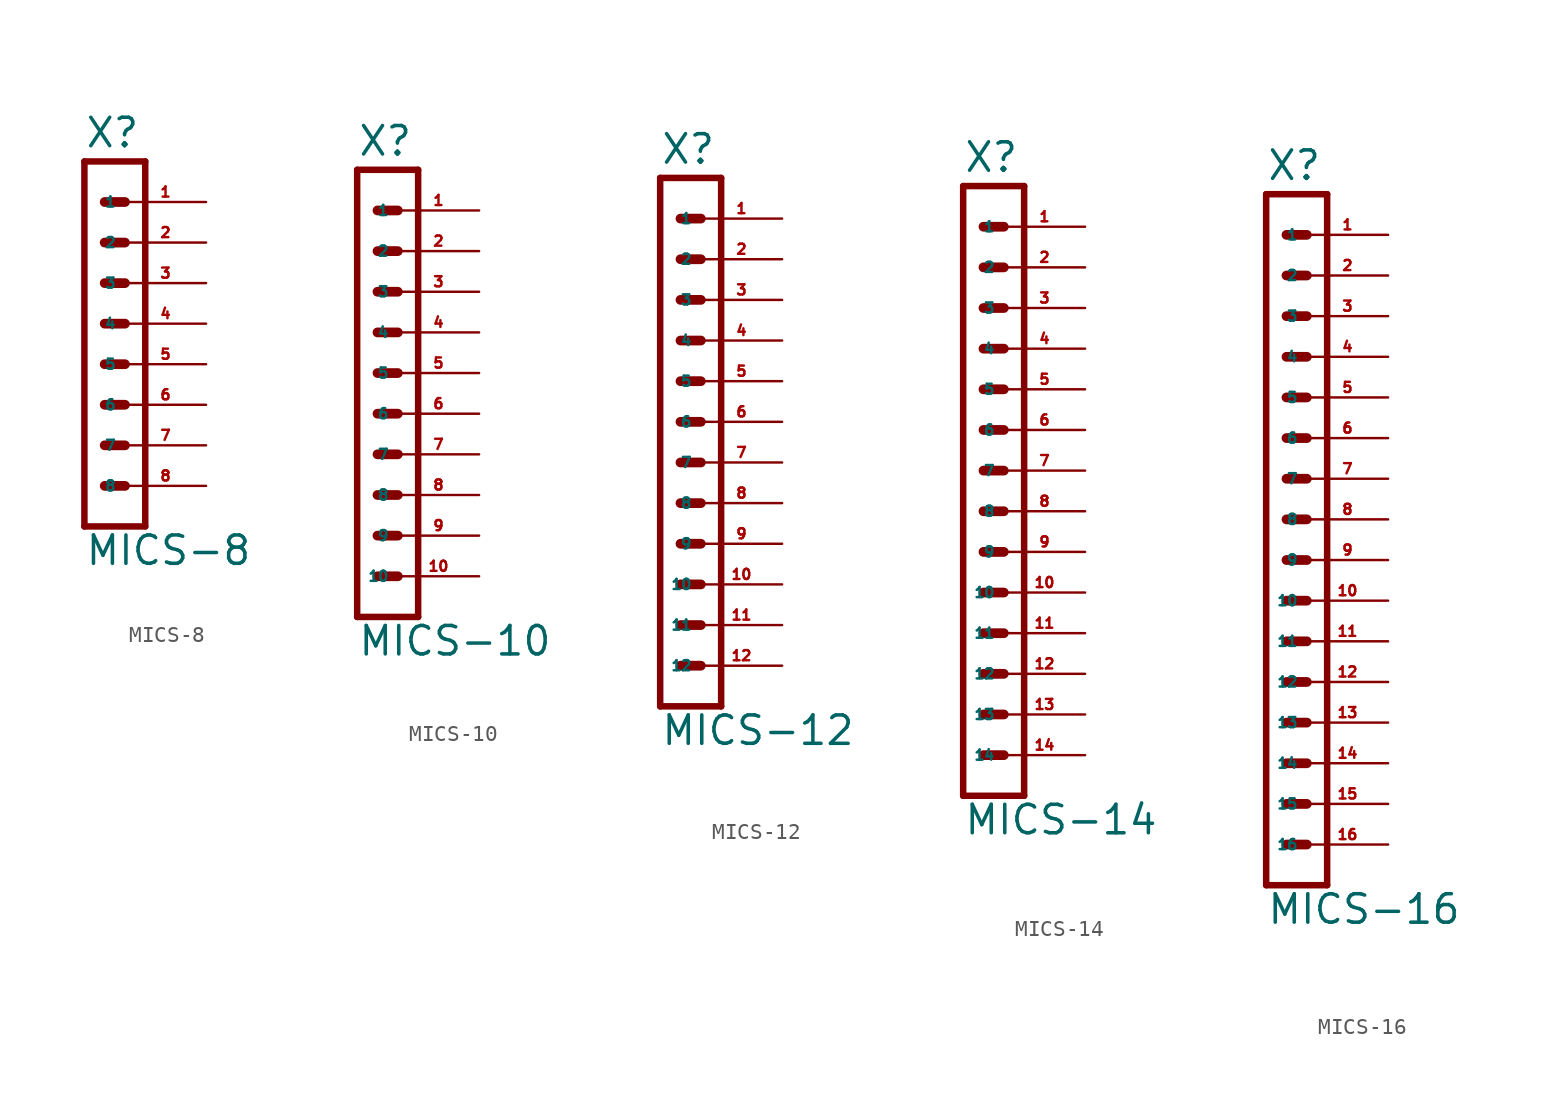
<source format=kicad_sym>
(kicad_symbol_lib
  (version 20220914)
  (generator Eagle2Kicad)
  (symbol "MICS-8"
    (property "Reference" "X"
      (at -2.54 10.922 0)
      (effects (font (size 1.778 1.778) (thickness 0.22)) (justify left bottom)))
    (property "Value" "MICS-8"
      (at -2.54 -15.24 0)
      (effects (font (size 1.778 1.778) (thickness 0.22)) (justify left bottom)))
    (polyline
      (pts (xy 1.27 -12.7) (xy -2.54 -12.7))
      (stroke (width 0.406) (type default))
      (fill (type none)))
    (polyline
      (pts (xy -1.27 5.08) (xy 0 5.08))
      (stroke (width 0.61) (type default))
      (fill (type none)))
    (polyline
      (pts (xy -1.27 2.54) (xy 0 2.54))
      (stroke (width 0.61) (type default))
      (fill (type none)))
    (polyline
      (pts (xy -1.27 0) (xy 0 0))
      (stroke (width 0.61) (type default))
      (fill (type none)))
    (polyline
      (pts (xy -2.54 10.16) (xy -2.54 -12.7))
      (stroke (width 0.406) (type default))
      (fill (type none)))
    (polyline
      (pts (xy 1.27 -12.7) (xy 1.27 10.16))
      (stroke (width 0.406) (type default))
      (fill (type none)))
    (polyline
      (pts (xy -2.54 10.16) (xy 1.27 10.16))
      (stroke (width 0.406) (type default))
      (fill (type none)))
    (polyline
      (pts (xy -1.27 7.62) (xy 0 7.62))
      (stroke (width 0.61) (type default))
      (fill (type none)))
    (polyline
      (pts (xy -1.27 -2.54) (xy 0 -2.54))
      (stroke (width 0.61) (type default))
      (fill (type none)))
    (polyline
      (pts (xy -1.27 -5.08) (xy 0 -5.08))
      (stroke (width 0.61) (type default))
      (fill (type none)))
    (polyline
      (pts (xy -1.27 -7.62) (xy 0 -7.62))
      (stroke (width 0.61) (type default))
      (fill (type none)))
    (polyline
      (pts (xy -1.27 -10.16) (xy 0 -10.16))
      (stroke (width 0.61) (type default))
      (fill (type none)))
    (pin passive line
      (at 5.08 7.62 180)
      (length 5.08)
      (name "1" (effects (font (size 0.635 0.635) (thickness 0.08)) (justify left bottom)))
      (number "1" (effects (font (size 0.635 0.635) (thickness 0.08)) (justify left bottom))))
    (pin passive line
      (at 5.08 5.08 180)
      (length 5.08)
      (name "2" (effects (font (size 0.635 0.635) (thickness 0.08)) (justify left bottom)))
      (number "2" (effects (font (size 0.635 0.635) (thickness 0.08)) (justify left bottom))))
    (pin passive line
      (at 5.08 2.54 180)
      (length 5.08)
      (name "3" (effects (font (size 0.635 0.635) (thickness 0.08)) (justify left bottom)))
      (number "3" (effects (font (size 0.635 0.635) (thickness 0.08)) (justify left bottom))))
    (pin passive line
      (at 5.08 0 180)
      (length 5.08)
      (name "4" (effects (font (size 0.635 0.635) (thickness 0.08)) (justify left bottom)))
      (number "4" (effects (font (size 0.635 0.635) (thickness 0.08)) (justify left bottom))))
    (pin passive line
      (at 5.08 -2.54 180)
      (length 5.08)
      (name "5" (effects (font (size 0.635 0.635) (thickness 0.08)) (justify left bottom)))
      (number "5" (effects (font (size 0.635 0.635) (thickness 0.08)) (justify left bottom))))
    (pin passive line
      (at 5.08 -5.08 180)
      (length 5.08)
      (name "6" (effects (font (size 0.635 0.635) (thickness 0.08)) (justify left bottom)))
      (number "6" (effects (font (size 0.635 0.635) (thickness 0.08)) (justify left bottom))))
    (pin passive line
      (at 5.08 -7.62 180)
      (length 5.08)
      (name "7" (effects (font (size 0.635 0.635) (thickness 0.08)) (justify left bottom)))
      (number "7" (effects (font (size 0.635 0.635) (thickness 0.08)) (justify left bottom))))
    (pin passive line
      (at 5.08 -10.16 180)
      (length 5.08)
      (name "8" (effects (font (size 0.635 0.635) (thickness 0.08)) (justify left bottom)))
      (number "8" (effects (font (size 0.635 0.635) (thickness 0.08)) (justify left bottom)))))
  (symbol "MICS-10"
    (property "Reference" "X"
      (at -2.54 13.462 0)
      (effects (font (size 1.778 1.778) (thickness 0.22)) (justify left bottom)))
    (property "Value" "MICS-10"
      (at -2.54 -17.78 0)
      (effects (font (size 1.778 1.778) (thickness 0.22)) (justify left bottom)))
    (polyline
      (pts (xy 1.27 -15.24) (xy -2.54 -15.24))
      (stroke (width 0.406) (type default))
      (fill (type none)))
    (polyline
      (pts (xy -1.27 7.62) (xy 0 7.62))
      (stroke (width 0.61) (type default))
      (fill (type none)))
    (polyline
      (pts (xy -1.27 5.08) (xy 0 5.08))
      (stroke (width 0.61) (type default))
      (fill (type none)))
    (polyline
      (pts (xy -1.27 2.54) (xy 0 2.54))
      (stroke (width 0.61) (type default))
      (fill (type none)))
    (polyline
      (pts (xy -2.54 12.7) (xy -2.54 -15.24))
      (stroke (width 0.406) (type default))
      (fill (type none)))
    (polyline
      (pts (xy 1.27 -15.24) (xy 1.27 12.7))
      (stroke (width 0.406) (type default))
      (fill (type none)))
    (polyline
      (pts (xy -2.54 12.7) (xy 1.27 12.7))
      (stroke (width 0.406) (type default))
      (fill (type none)))
    (polyline
      (pts (xy -1.27 10.16) (xy 0 10.16))
      (stroke (width 0.61) (type default))
      (fill (type none)))
    (polyline
      (pts (xy -1.27 0) (xy 0 0))
      (stroke (width 0.61) (type default))
      (fill (type none)))
    (polyline
      (pts (xy -1.27 -2.54) (xy 0 -2.54))
      (stroke (width 0.61) (type default))
      (fill (type none)))
    (polyline
      (pts (xy -1.27 -5.08) (xy 0 -5.08))
      (stroke (width 0.61) (type default))
      (fill (type none)))
    (polyline
      (pts (xy -1.27 -7.62) (xy 0 -7.62))
      (stroke (width 0.61) (type default))
      (fill (type none)))
    (polyline
      (pts (xy -1.27 -10.16) (xy 0 -10.16))
      (stroke (width 0.61) (type default))
      (fill (type none)))
    (polyline
      (pts (xy -1.27 -12.7) (xy 0 -12.7))
      (stroke (width 0.61) (type default))
      (fill (type none)))
    (pin passive line
      (at 5.08 10.16 180)
      (length 5.08)
      (name "1" (effects (font (size 0.635 0.635) (thickness 0.08)) (justify left bottom)))
      (number "1" (effects (font (size 0.635 0.635) (thickness 0.08)) (justify left bottom))))
    (pin passive line
      (at 5.08 7.62 180)
      (length 5.08)
      (name "2" (effects (font (size 0.635 0.635) (thickness 0.08)) (justify left bottom)))
      (number "2" (effects (font (size 0.635 0.635) (thickness 0.08)) (justify left bottom))))
    (pin passive line
      (at 5.08 5.08 180)
      (length 5.08)
      (name "3" (effects (font (size 0.635 0.635) (thickness 0.08)) (justify left bottom)))
      (number "3" (effects (font (size 0.635 0.635) (thickness 0.08)) (justify left bottom))))
    (pin passive line
      (at 5.08 2.54 180)
      (length 5.08)
      (name "4" (effects (font (size 0.635 0.635) (thickness 0.08)) (justify left bottom)))
      (number "4" (effects (font (size 0.635 0.635) (thickness 0.08)) (justify left bottom))))
    (pin passive line
      (at 5.08 0 180)
      (length 5.08)
      (name "5" (effects (font (size 0.635 0.635) (thickness 0.08)) (justify left bottom)))
      (number "5" (effects (font (size 0.635 0.635) (thickness 0.08)) (justify left bottom))))
    (pin passive line
      (at 5.08 -2.54 180)
      (length 5.08)
      (name "6" (effects (font (size 0.635 0.635) (thickness 0.08)) (justify left bottom)))
      (number "6" (effects (font (size 0.635 0.635) (thickness 0.08)) (justify left bottom))))
    (pin passive line
      (at 5.08 -5.08 180)
      (length 5.08)
      (name "7" (effects (font (size 0.635 0.635) (thickness 0.08)) (justify left bottom)))
      (number "7" (effects (font (size 0.635 0.635) (thickness 0.08)) (justify left bottom))))
    (pin passive line
      (at 5.08 -7.62 180)
      (length 5.08)
      (name "8" (effects (font (size 0.635 0.635) (thickness 0.08)) (justify left bottom)))
      (number "8" (effects (font (size 0.635 0.635) (thickness 0.08)) (justify left bottom))))
    (pin passive line
      (at 5.08 -10.16 180)
      (length 5.08)
      (name "9" (effects (font (size 0.635 0.635) (thickness 0.08)) (justify left bottom)))
      (number "9" (effects (font (size 0.635 0.635) (thickness 0.08)) (justify left bottom))))
    (pin passive line
      (at 5.08 -12.7 180)
      (length 5.08)
      (name "10" (effects (font (size 0.635 0.635) (thickness 0.08)) (justify left bottom)))
      (number "10" (effects (font (size 0.635 0.635) (thickness 0.08)) (justify left bottom)))))
  (symbol "MICS-12"
    (property "Reference" "X"
      (at -2.54 16.002 0)
      (effects (font (size 1.778 1.778) (thickness 0.22)) (justify left bottom)))
    (property "Value" "MICS-12"
      (at -2.54 -20.32 0)
      (effects (font (size 1.778 1.778) (thickness 0.22)) (justify left bottom)))
    (polyline
      (pts (xy 1.27 -17.78) (xy -2.54 -17.78))
      (stroke (width 0.406) (type default))
      (fill (type none)))
    (polyline
      (pts (xy -1.27 10.16) (xy 0 10.16))
      (stroke (width 0.61) (type default))
      (fill (type none)))
    (polyline
      (pts (xy -1.27 7.62) (xy 0 7.62))
      (stroke (width 0.61) (type default))
      (fill (type none)))
    (polyline
      (pts (xy -1.27 5.08) (xy 0 5.08))
      (stroke (width 0.61) (type default))
      (fill (type none)))
    (polyline
      (pts (xy -2.54 15.24) (xy -2.54 -17.78))
      (stroke (width 0.406) (type default))
      (fill (type none)))
    (polyline
      (pts (xy 1.27 -17.78) (xy 1.27 15.24))
      (stroke (width 0.406) (type default))
      (fill (type none)))
    (polyline
      (pts (xy -2.54 15.24) (xy 1.27 15.24))
      (stroke (width 0.406) (type default))
      (fill (type none)))
    (polyline
      (pts (xy -1.27 12.7) (xy 0 12.7))
      (stroke (width 0.61) (type default))
      (fill (type none)))
    (polyline
      (pts (xy -1.27 2.54) (xy 0 2.54))
      (stroke (width 0.61) (type default))
      (fill (type none)))
    (polyline
      (pts (xy -1.27 0) (xy 0 0))
      (stroke (width 0.61) (type default))
      (fill (type none)))
    (polyline
      (pts (xy -1.27 -2.54) (xy 0 -2.54))
      (stroke (width 0.61) (type default))
      (fill (type none)))
    (polyline
      (pts (xy -1.27 -5.08) (xy 0 -5.08))
      (stroke (width 0.61) (type default))
      (fill (type none)))
    (polyline
      (pts (xy -1.27 -7.62) (xy 0 -7.62))
      (stroke (width 0.61) (type default))
      (fill (type none)))
    (polyline
      (pts (xy -1.27 -10.16) (xy 0 -10.16))
      (stroke (width 0.61) (type default))
      (fill (type none)))
    (polyline
      (pts (xy -1.27 -12.7) (xy 0 -12.7))
      (stroke (width 0.61) (type default))
      (fill (type none)))
    (polyline
      (pts (xy -1.27 -15.24) (xy 0 -15.24))
      (stroke (width 0.61) (type default))
      (fill (type none)))
    (pin passive line
      (at 5.08 12.7 180)
      (length 5.08)
      (name "1" (effects (font (size 0.635 0.635) (thickness 0.08)) (justify left bottom)))
      (number "1" (effects (font (size 0.635 0.635) (thickness 0.08)) (justify left bottom))))
    (pin passive line
      (at 5.08 10.16 180)
      (length 5.08)
      (name "2" (effects (font (size 0.635 0.635) (thickness 0.08)) (justify left bottom)))
      (number "2" (effects (font (size 0.635 0.635) (thickness 0.08)) (justify left bottom))))
    (pin passive line
      (at 5.08 7.62 180)
      (length 5.08)
      (name "3" (effects (font (size 0.635 0.635) (thickness 0.08)) (justify left bottom)))
      (number "3" (effects (font (size 0.635 0.635) (thickness 0.08)) (justify left bottom))))
    (pin passive line
      (at 5.08 5.08 180)
      (length 5.08)
      (name "4" (effects (font (size 0.635 0.635) (thickness 0.08)) (justify left bottom)))
      (number "4" (effects (font (size 0.635 0.635) (thickness 0.08)) (justify left bottom))))
    (pin passive line
      (at 5.08 2.54 180)
      (length 5.08)
      (name "5" (effects (font (size 0.635 0.635) (thickness 0.08)) (justify left bottom)))
      (number "5" (effects (font (size 0.635 0.635) (thickness 0.08)) (justify left bottom))))
    (pin passive line
      (at 5.08 0 180)
      (length 5.08)
      (name "6" (effects (font (size 0.635 0.635) (thickness 0.08)) (justify left bottom)))
      (number "6" (effects (font (size 0.635 0.635) (thickness 0.08)) (justify left bottom))))
    (pin passive line
      (at 5.08 -2.54 180)
      (length 5.08)
      (name "7" (effects (font (size 0.635 0.635) (thickness 0.08)) (justify left bottom)))
      (number "7" (effects (font (size 0.635 0.635) (thickness 0.08)) (justify left bottom))))
    (pin passive line
      (at 5.08 -5.08 180)
      (length 5.08)
      (name "8" (effects (font (size 0.635 0.635) (thickness 0.08)) (justify left bottom)))
      (number "8" (effects (font (size 0.635 0.635) (thickness 0.08)) (justify left bottom))))
    (pin passive line
      (at 5.08 -7.62 180)
      (length 5.08)
      (name "9" (effects (font (size 0.635 0.635) (thickness 0.08)) (justify left bottom)))
      (number "9" (effects (font (size 0.635 0.635) (thickness 0.08)) (justify left bottom))))
    (pin passive line
      (at 5.08 -10.16 180)
      (length 5.08)
      (name "10" (effects (font (size 0.635 0.635) (thickness 0.08)) (justify left bottom)))
      (number "10" (effects (font (size 0.635 0.635) (thickness 0.08)) (justify left bottom))))
    (pin passive line
      (at 5.08 -12.7 180)
      (length 5.08)
      (name "11" (effects (font (size 0.635 0.635) (thickness 0.08)) (justify left bottom)))
      (number "11" (effects (font (size 0.635 0.635) (thickness 0.08)) (justify left bottom))))
    (pin passive line
      (at 5.08 -15.24 180)
      (length 5.08)
      (name "12" (effects (font (size 0.635 0.635) (thickness 0.08)) (justify left bottom)))
      (number "12" (effects (font (size 0.635 0.635) (thickness 0.08)) (justify left bottom)))))
  (symbol "MICS-14"
    (property "Reference" "X"
      (at -2.54 18.542 0)
      (effects (font (size 1.778 1.778) (thickness 0.22)) (justify left bottom)))
    (property "Value" "MICS-14"
      (at -2.54 -22.86 0)
      (effects (font (size 1.778 1.778) (thickness 0.22)) (justify left bottom)))
    (polyline
      (pts (xy 1.27 -20.32) (xy -2.54 -20.32))
      (stroke (width 0.406) (type default))
      (fill (type none)))
    (polyline
      (pts (xy -1.27 12.7) (xy 0 12.7))
      (stroke (width 0.61) (type default))
      (fill (type none)))
    (polyline
      (pts (xy -1.27 10.16) (xy 0 10.16))
      (stroke (width 0.61) (type default))
      (fill (type none)))
    (polyline
      (pts (xy -1.27 7.62) (xy 0 7.62))
      (stroke (width 0.61) (type default))
      (fill (type none)))
    (polyline
      (pts (xy -2.54 17.78) (xy -2.54 -20.32))
      (stroke (width 0.406) (type default))
      (fill (type none)))
    (polyline
      (pts (xy 1.27 -20.32) (xy 1.27 17.78))
      (stroke (width 0.406) (type default))
      (fill (type none)))
    (polyline
      (pts (xy -2.54 17.78) (xy 1.27 17.78))
      (stroke (width 0.406) (type default))
      (fill (type none)))
    (polyline
      (pts (xy -1.27 15.24) (xy 0 15.24))
      (stroke (width 0.61) (type default))
      (fill (type none)))
    (polyline
      (pts (xy -1.27 5.08) (xy 0 5.08))
      (stroke (width 0.61) (type default))
      (fill (type none)))
    (polyline
      (pts (xy -1.27 2.54) (xy 0 2.54))
      (stroke (width 0.61) (type default))
      (fill (type none)))
    (polyline
      (pts (xy -1.27 0) (xy 0 0))
      (stroke (width 0.61) (type default))
      (fill (type none)))
    (polyline
      (pts (xy -1.27 -2.54) (xy 0 -2.54))
      (stroke (width 0.61) (type default))
      (fill (type none)))
    (polyline
      (pts (xy -1.27 -5.08) (xy 0 -5.08))
      (stroke (width 0.61) (type default))
      (fill (type none)))
    (polyline
      (pts (xy -1.27 -7.62) (xy 0 -7.62))
      (stroke (width 0.61) (type default))
      (fill (type none)))
    (polyline
      (pts (xy -1.27 -10.16) (xy 0 -10.16))
      (stroke (width 0.61) (type default))
      (fill (type none)))
    (polyline
      (pts (xy -1.27 -12.7) (xy 0 -12.7))
      (stroke (width 0.61) (type default))
      (fill (type none)))
    (polyline
      (pts (xy -1.27 -15.24) (xy 0 -15.24))
      (stroke (width 0.61) (type default))
      (fill (type none)))
    (polyline
      (pts (xy -1.27 -17.78) (xy 0 -17.78))
      (stroke (width 0.61) (type default))
      (fill (type none)))
    (pin passive line
      (at 5.08 15.24 180)
      (length 5.08)
      (name "1" (effects (font (size 0.635 0.635) (thickness 0.08)) (justify left bottom)))
      (number "1" (effects (font (size 0.635 0.635) (thickness 0.08)) (justify left bottom))))
    (pin passive line
      (at 5.08 12.7 180)
      (length 5.08)
      (name "2" (effects (font (size 0.635 0.635) (thickness 0.08)) (justify left bottom)))
      (number "2" (effects (font (size 0.635 0.635) (thickness 0.08)) (justify left bottom))))
    (pin passive line
      (at 5.08 10.16 180)
      (length 5.08)
      (name "3" (effects (font (size 0.635 0.635) (thickness 0.08)) (justify left bottom)))
      (number "3" (effects (font (size 0.635 0.635) (thickness 0.08)) (justify left bottom))))
    (pin passive line
      (at 5.08 7.62 180)
      (length 5.08)
      (name "4" (effects (font (size 0.635 0.635) (thickness 0.08)) (justify left bottom)))
      (number "4" (effects (font (size 0.635 0.635) (thickness 0.08)) (justify left bottom))))
    (pin passive line
      (at 5.08 5.08 180)
      (length 5.08)
      (name "5" (effects (font (size 0.635 0.635) (thickness 0.08)) (justify left bottom)))
      (number "5" (effects (font (size 0.635 0.635) (thickness 0.08)) (justify left bottom))))
    (pin passive line
      (at 5.08 2.54 180)
      (length 5.08)
      (name "6" (effects (font (size 0.635 0.635) (thickness 0.08)) (justify left bottom)))
      (number "6" (effects (font (size 0.635 0.635) (thickness 0.08)) (justify left bottom))))
    (pin passive line
      (at 5.08 0 180)
      (length 5.08)
      (name "7" (effects (font (size 0.635 0.635) (thickness 0.08)) (justify left bottom)))
      (number "7" (effects (font (size 0.635 0.635) (thickness 0.08)) (justify left bottom))))
    (pin passive line
      (at 5.08 -2.54 180)
      (length 5.08)
      (name "8" (effects (font (size 0.635 0.635) (thickness 0.08)) (justify left bottom)))
      (number "8" (effects (font (size 0.635 0.635) (thickness 0.08)) (justify left bottom))))
    (pin passive line
      (at 5.08 -5.08 180)
      (length 5.08)
      (name "9" (effects (font (size 0.635 0.635) (thickness 0.08)) (justify left bottom)))
      (number "9" (effects (font (size 0.635 0.635) (thickness 0.08)) (justify left bottom))))
    (pin passive line
      (at 5.08 -7.62 180)
      (length 5.08)
      (name "10" (effects (font (size 0.635 0.635) (thickness 0.08)) (justify left bottom)))
      (number "10" (effects (font (size 0.635 0.635) (thickness 0.08)) (justify left bottom))))
    (pin passive line
      (at 5.08 -10.16 180)
      (length 5.08)
      (name "11" (effects (font (size 0.635 0.635) (thickness 0.08)) (justify left bottom)))
      (number "11" (effects (font (size 0.635 0.635) (thickness 0.08)) (justify left bottom))))
    (pin passive line
      (at 5.08 -12.7 180)
      (length 5.08)
      (name "12" (effects (font (size 0.635 0.635) (thickness 0.08)) (justify left bottom)))
      (number "12" (effects (font (size 0.635 0.635) (thickness 0.08)) (justify left bottom))))
    (pin passive line
      (at 5.08 -15.24 180)
      (length 5.08)
      (name "13" (effects (font (size 0.635 0.635) (thickness 0.08)) (justify left bottom)))
      (number "13" (effects (font (size 0.635 0.635) (thickness 0.08)) (justify left bottom))))
    (pin passive line
      (at 5.08 -17.78 180)
      (length 5.08)
      (name "14" (effects (font (size 0.635 0.635) (thickness 0.08)) (justify left bottom)))
      (number "14" (effects (font (size 0.635 0.635) (thickness 0.08)) (justify left bottom)))))
  (symbol "MICS-16"
    (property "Reference" "X"
      (at -2.54 21.082 0)
      (effects (font (size 1.778 1.778) (thickness 0.22)) (justify left bottom)))
    (property "Value" "MICS-16"
      (at -2.54 -25.4 0)
      (effects (font (size 1.778 1.778) (thickness 0.22)) (justify left bottom)))
    (polyline
      (pts (xy 1.27 -22.86) (xy -2.54 -22.86))
      (stroke (width 0.406) (type default))
      (fill (type none)))
    (polyline
      (pts (xy -1.27 15.24) (xy 0 15.24))
      (stroke (width 0.61) (type default))
      (fill (type none)))
    (polyline
      (pts (xy -1.27 12.7) (xy 0 12.7))
      (stroke (width 0.61) (type default))
      (fill (type none)))
    (polyline
      (pts (xy -1.27 10.16) (xy 0 10.16))
      (stroke (width 0.61) (type default))
      (fill (type none)))
    (polyline
      (pts (xy -2.54 20.32) (xy -2.54 -22.86))
      (stroke (width 0.406) (type default))
      (fill (type none)))
    (polyline
      (pts (xy 1.27 -22.86) (xy 1.27 20.32))
      (stroke (width 0.406) (type default))
      (fill (type none)))
    (polyline
      (pts (xy -2.54 20.32) (xy 1.27 20.32))
      (stroke (width 0.406) (type default))
      (fill (type none)))
    (polyline
      (pts (xy -1.27 17.78) (xy 0 17.78))
      (stroke (width 0.61) (type default))
      (fill (type none)))
    (polyline
      (pts (xy -1.27 7.62) (xy 0 7.62))
      (stroke (width 0.61) (type default))
      (fill (type none)))
    (polyline
      (pts (xy -1.27 5.08) (xy 0 5.08))
      (stroke (width 0.61) (type default))
      (fill (type none)))
    (polyline
      (pts (xy -1.27 2.54) (xy 0 2.54))
      (stroke (width 0.61) (type default))
      (fill (type none)))
    (polyline
      (pts (xy -1.27 0) (xy 0 0))
      (stroke (width 0.61) (type default))
      (fill (type none)))
    (polyline
      (pts (xy -1.27 -2.54) (xy 0 -2.54))
      (stroke (width 0.61) (type default))
      (fill (type none)))
    (polyline
      (pts (xy -1.27 -5.08) (xy 0 -5.08))
      (stroke (width 0.61) (type default))
      (fill (type none)))
    (polyline
      (pts (xy -1.27 -7.62) (xy 0 -7.62))
      (stroke (width 0.61) (type default))
      (fill (type none)))
    (polyline
      (pts (xy -1.27 -10.16) (xy 0 -10.16))
      (stroke (width 0.61) (type default))
      (fill (type none)))
    (polyline
      (pts (xy -1.27 -12.7) (xy 0 -12.7))
      (stroke (width 0.61) (type default))
      (fill (type none)))
    (polyline
      (pts (xy -1.27 -15.24) (xy 0 -15.24))
      (stroke (width 0.61) (type default))
      (fill (type none)))
    (polyline
      (pts (xy -1.27 -17.78) (xy 0 -17.78))
      (stroke (width 0.61) (type default))
      (fill (type none)))
    (polyline
      (pts (xy -1.27 -20.32) (xy 0 -20.32))
      (stroke (width 0.61) (type default))
      (fill (type none)))
    (pin passive line
      (at 5.08 17.78 180)
      (length 5.08)
      (name "1" (effects (font (size 0.635 0.635) (thickness 0.08)) (justify left bottom)))
      (number "1" (effects (font (size 0.635 0.635) (thickness 0.08)) (justify left bottom))))
    (pin passive line
      (at 5.08 15.24 180)
      (length 5.08)
      (name "2" (effects (font (size 0.635 0.635) (thickness 0.08)) (justify left bottom)))
      (number "2" (effects (font (size 0.635 0.635) (thickness 0.08)) (justify left bottom))))
    (pin passive line
      (at 5.08 12.7 180)
      (length 5.08)
      (name "3" (effects (font (size 0.635 0.635) (thickness 0.08)) (justify left bottom)))
      (number "3" (effects (font (size 0.635 0.635) (thickness 0.08)) (justify left bottom))))
    (pin passive line
      (at 5.08 10.16 180)
      (length 5.08)
      (name "4" (effects (font (size 0.635 0.635) (thickness 0.08)) (justify left bottom)))
      (number "4" (effects (font (size 0.635 0.635) (thickness 0.08)) (justify left bottom))))
    (pin passive line
      (at 5.08 7.62 180)
      (length 5.08)
      (name "5" (effects (font (size 0.635 0.635) (thickness 0.08)) (justify left bottom)))
      (number "5" (effects (font (size 0.635 0.635) (thickness 0.08)) (justify left bottom))))
    (pin passive line
      (at 5.08 5.08 180)
      (length 5.08)
      (name "6" (effects (font (size 0.635 0.635) (thickness 0.08)) (justify left bottom)))
      (number "6" (effects (font (size 0.635 0.635) (thickness 0.08)) (justify left bottom))))
    (pin passive line
      (at 5.08 2.54 180)
      (length 5.08)
      (name "7" (effects (font (size 0.635 0.635) (thickness 0.08)) (justify left bottom)))
      (number "7" (effects (font (size 0.635 0.635) (thickness 0.08)) (justify left bottom))))
    (pin passive line
      (at 5.08 0 180)
      (length 5.08)
      (name "8" (effects (font (size 0.635 0.635) (thickness 0.08)) (justify left bottom)))
      (number "8" (effects (font (size 0.635 0.635) (thickness 0.08)) (justify left bottom))))
    (pin passive line
      (at 5.08 -2.54 180)
      (length 5.08)
      (name "9" (effects (font (size 0.635 0.635) (thickness 0.08)) (justify left bottom)))
      (number "9" (effects (font (size 0.635 0.635) (thickness 0.08)) (justify left bottom))))
    (pin passive line
      (at 5.08 -5.08 180)
      (length 5.08)
      (name "10" (effects (font (size 0.635 0.635) (thickness 0.08)) (justify left bottom)))
      (number "10" (effects (font (size 0.635 0.635) (thickness 0.08)) (justify left bottom))))
    (pin passive line
      (at 5.08 -7.62 180)
      (length 5.08)
      (name "11" (effects (font (size 0.635 0.635) (thickness 0.08)) (justify left bottom)))
      (number "11" (effects (font (size 0.635 0.635) (thickness 0.08)) (justify left bottom))))
    (pin passive line
      (at 5.08 -10.16 180)
      (length 5.08)
      (name "12" (effects (font (size 0.635 0.635) (thickness 0.08)) (justify left bottom)))
      (number "12" (effects (font (size 0.635 0.635) (thickness 0.08)) (justify left bottom))))
    (pin passive line
      (at 5.08 -12.7 180)
      (length 5.08)
      (name "13" (effects (font (size 0.635 0.635) (thickness 0.08)) (justify left bottom)))
      (number "13" (effects (font (size 0.635 0.635) (thickness 0.08)) (justify left bottom))))
    (pin passive line
      (at 5.08 -15.24 180)
      (length 5.08)
      (name "14" (effects (font (size 0.635 0.635) (thickness 0.08)) (justify left bottom)))
      (number "14" (effects (font (size 0.635 0.635) (thickness 0.08)) (justify left bottom))))
    (pin passive line
      (at 5.08 -17.78 180)
      (length 5.08)
      (name "15" (effects (font (size 0.635 0.635) (thickness 0.08)) (justify left bottom)))
      (number "15" (effects (font (size 0.635 0.635) (thickness 0.08)) (justify left bottom))))
    (pin passive line
      (at 5.08 -20.32 180)
      (length 5.08)
      (name "16" (effects (font (size 0.635 0.635) (thickness 0.08)) (justify left bottom)))
      (number "16" (effects (font (size 0.635 0.635) (thickness 0.08)) (justify left bottom))))))
</source>
